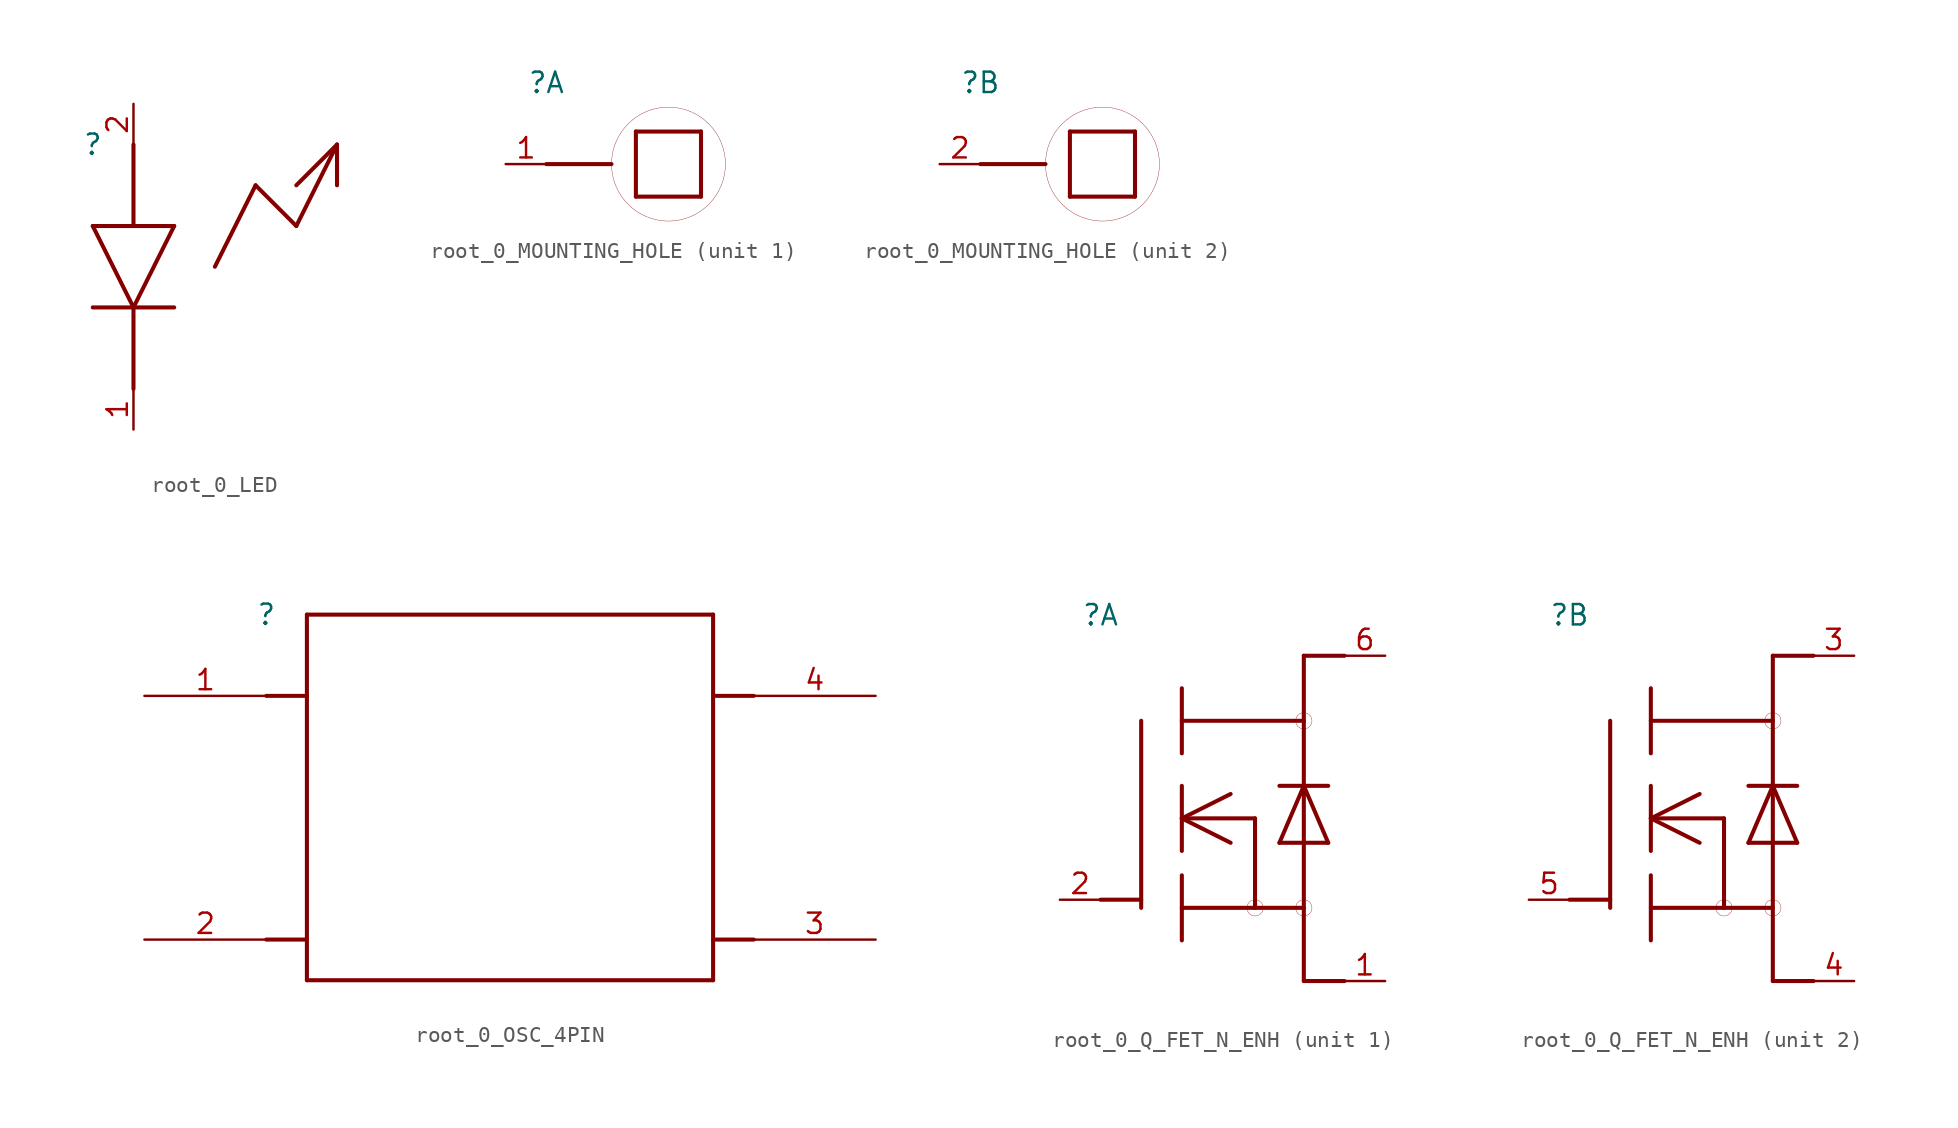
<source format=kicad_sym>
(kicad_symbol_lib
  (version 20220914)
  (generator kicad_symbol_editor)
  (symbol "root_0_LED"
    (property "Reference" ""
      (at 0 0 0)
      (effects (font (size 1.27 1.27))))
    (property "Value" ""
      (at 0 0 0)
      (effects (font (size 1.27 1.27))))
    (symbol "root_0_LED_1_0"
      (polyline (pts (xy 2.54 -10.16) (xy 0 -5.08)) (stroke (width 0.254) (type solid)) (fill (type none)))
      (polyline (pts (xy 2.54 -10.16) (xy 2.54 -15.24)) (stroke (width 0.254) (type solid)) (fill (type none)))
      (polyline (pts (xy 2.54 -10.16) (xy 5.08 -5.08)) (stroke (width 0.254) (type solid)) (fill (type none)))
      (polyline (pts (xy 2.54 0) (xy 2.54 -5.08)) (stroke (width 0.254) (type solid)) (fill (type none)))
      (polyline (pts (xy 5.08 -10.16) (xy 0 -10.16)) (stroke (width 0.254) (type solid)) (fill (type none)))
      (polyline (pts (xy 5.08 -5.08) (xy 0 -5.08)) (stroke (width 0.254) (type solid)) (fill (type none)))
      (polyline (pts (xy 7.62 -7.62) (xy 10.16 -2.54)) (stroke (width 0.254) (type solid)) (fill (type none)))
      (polyline (pts (xy 10.16 -2.54) (xy 12.7 -5.08)) (stroke (width 0.254) (type solid)) (fill (type none)))
      (polyline (pts (xy 12.7 -5.08) (xy 15.24 0)) (stroke (width 0.254) (type solid)) (fill (type none)))
      (polyline (pts (xy 15.24 0) (xy 12.7 -2.54)) (stroke (width 0.254) (type solid)) (fill (type none)))
      (polyline (pts (xy 15.24 0) (xy 15.24 -2.54)) (stroke (width 0.254) (type solid)) (fill (type none)))
      (pin bidirectional line (at 2.54 -17.78 90) (length 2.54) (name "K" (effects (font (size 0 0)))) (number "1" (effects (font (size 1.27 1.27)))))
      (pin bidirectional line (at 2.54 2.54 270) (length 2.54) (name "A" (effects (font (size 0 0)))) (number "2" (effects (font (size 1.27 1.27)))))))
  (symbol "root_0_MOUNTING_HOLE"
    (property "Reference" ""
      (at 0 0 0)
      (effects (font (size 1.27 1.27))))
    (property "Value" ""
      (at 0 0 0)
      (effects (font (size 1.27 1.27))))
    (symbol "root_0_MOUNTING_HOLE_1_0"
      (polyline (pts (xy 0 -5.08) (xy 4.064 -5.08)) (stroke (width 0.254) (type solid)) (fill (type none)))
      (polyline (pts (xy 5.588 -7.112) (xy 9.652 -7.112)) (stroke (width 0.254) (type solid)) (fill (type none)))
      (polyline (pts (xy 5.588 -3.048) (xy 5.588 -7.112)) (stroke (width 0.254) (type solid)) (fill (type none)))
      (polyline (pts (xy 9.652 -7.112) (xy 9.652 -3.048)) (stroke (width 0.254) (type solid)) (fill (type none)))
      (polyline (pts (xy 9.652 -3.048) (xy 5.588 -3.048)) (stroke (width 0.254) (type solid)) (fill (type none)))
      (circle (center 7.62 -5.08) (radius 3.556) (stroke (width 0.0001) (type solid)) (fill (type none)))
      (pin bidirectional line (at -2.54 -5.08 0) (length 2.54) (name "GND" (effects (font (size 0 0)))) (number "1" (effects (font (size 1.27 1.27))))))
    (symbol "root_0_MOUNTING_HOLE_2_0"
      (polyline (pts (xy 0 -5.08) (xy 4.064 -5.08)) (stroke (width 0.254) (type solid)) (fill (type none)))
      (polyline (pts (xy 5.588 -7.112) (xy 9.652 -7.112)) (stroke (width 0.254) (type solid)) (fill (type none)))
      (polyline (pts (xy 5.588 -3.048) (xy 5.588 -7.112)) (stroke (width 0.254) (type solid)) (fill (type none)))
      (polyline (pts (xy 9.652 -7.112) (xy 9.652 -3.048)) (stroke (width 0.254) (type solid)) (fill (type none)))
      (polyline (pts (xy 9.652 -3.048) (xy 5.588 -3.048)) (stroke (width 0.254) (type solid)) (fill (type none)))
      (circle (center 7.62 -5.08) (radius 3.556) (stroke (width 0.0001) (type solid)) (fill (type none)))
      (pin bidirectional line (at -2.54 -5.08 0) (length 2.54) (name "GND" (effects (font (size 0 0)))) (number "2" (effects (font (size 1.27 1.27)))))))
  (symbol "root_0_OSC_4PIN"
    (property "Reference" ""
      (at 0 0 0)
      (effects (font (size 1.27 1.27))))
    (property "Value" ""
      (at 0 0 0)
      (effects (font (size 1.27 1.27))))
    (symbol "root_0_OSC_4PIN_1_0"
      (polyline (pts (xy 0 -20.32) (xy 2.54 -20.32)) (stroke (width 0.254) (type solid)) (fill (type none)))
      (polyline (pts (xy 0 -5.08) (xy 2.54 -5.08)) (stroke (width 0.254) (type solid)) (fill (type none)))
      (polyline (pts (xy 2.54 -22.86) (xy 2.54 0)) (stroke (width 0.254) (type solid)) (fill (type none)))
      (polyline (pts (xy 2.54 0) (xy 27.94 0)) (stroke (width 0.254) (type solid)) (fill (type none)))
      (polyline (pts (xy 27.94 -22.86) (xy 2.54 -22.86)) (stroke (width 0.254) (type solid)) (fill (type none)))
      (polyline (pts (xy 27.94 -22.86) (xy 27.94 0)) (stroke (width 0.254) (type solid)) (fill (type none)))
      (polyline (pts (xy 27.94 -20.32) (xy 30.48 -20.32)) (stroke (width 0.254) (type solid)) (fill (type none)))
      (polyline (pts (xy 27.94 -5.08) (xy 30.48 -5.08)) (stroke (width 0.254) (type solid)) (fill (type none)))
      (pin input line (at -7.62 -5.08 0) (length 7.62) (name "EN" (effects (font (size 0 0)))) (number "1" (effects (font (size 1.27 1.27)))))
      (pin input line (at -7.62 -20.32 0) (length 7.62) (name "GND" (effects (font (size 0 0)))) (number "2" (effects (font (size 1.27 1.27)))))
      (pin output line (at 38.1 -20.32 180) (length 7.62) (name "OUT" (effects (font (size 0 0)))) (number "3" (effects (font (size 1.27 1.27)))))
      (pin power_in line (at 38.1 -5.08 180) (length 7.62) (name "VCC" (effects (font (size 0 0)))) (number "4" (effects (font (size 1.27 1.27)))))))
  (symbol "root_0_Q_FET_N_ENH"
    (property "Reference" ""
      (at 0 0 0)
      (effects (font (size 1.27 1.27))))
    (property "Value" ""
      (at 0 0 0)
      (effects (font (size 1.27 1.27))))
    (symbol "root_0_Q_FET_N_ENH_1_0"
      (polyline (pts (xy 0 -17.78) (xy 2.54 -17.78)) (stroke (width 0.254) (type solid)) (fill (type none)))
      (polyline (pts (xy 2.54 -18.288) (xy 2.54 -6.604)) (stroke (width 0.254) (type solid)) (fill (type none)))
      (polyline (pts (xy 5.08 -20.32) (xy 5.08 -16.256)) (stroke (width 0.254) (type solid)) (fill (type none)))
      (polyline (pts (xy 5.08 -18.288) (xy 12.7 -18.288)) (stroke (width 0.254) (type solid)) (fill (type none)))
      (polyline (pts (xy 5.08 -12.7) (xy 8.128 -14.224)) (stroke (width 0.254) (type solid)) (fill (type none)))
      (polyline (pts (xy 5.08 -12.7) (xy 8.128 -11.176)) (stroke (width 0.254) (type solid)) (fill (type none)))
      (polyline (pts (xy 5.08 -10.668) (xy 5.08 -14.732)) (stroke (width 0.254) (type solid)) (fill (type none)))
      (polyline (pts (xy 5.08 -6.604) (xy 12.7 -6.604)) (stroke (width 0.254) (type solid)) (fill (type none)))
      (polyline (pts (xy 5.08 -4.572) (xy 5.08 -8.636)) (stroke (width 0.254) (type solid)) (fill (type none)))
      (polyline (pts (xy 9.652 -12.7) (xy 5.08 -12.7)) (stroke (width 0.254) (type solid)) (fill (type none)))
      (polyline (pts (xy 9.652 -12.7) (xy 9.652 -18.288)) (stroke (width 0.254) (type solid)) (fill (type none)))
      (polyline (pts (xy 11.176 -14.224) (xy 14.224 -14.224)) (stroke (width 0.254) (type solid)) (fill (type none)))
      (polyline (pts (xy 11.176 -10.668) (xy 14.224 -10.668)) (stroke (width 0.254) (type solid)) (fill (type none)))
      (polyline (pts (xy 12.7 -22.86) (xy 12.7 -2.54)) (stroke (width 0.254) (type solid)) (fill (type none)))
      (polyline (pts (xy 12.7 -22.86) (xy 15.24 -22.86)) (stroke (width 0.254) (type solid)) (fill (type none)))
      (polyline (pts (xy 12.7 -10.668) (xy 11.176 -14.224)) (stroke (width 0.254) (type solid)) (fill (type none)))
      (polyline (pts (xy 12.7 -2.54) (xy 15.24 -2.54)) (stroke (width 0.254) (type solid)) (fill (type none)))
      (polyline (pts (xy 14.224 -14.224) (xy 12.7 -10.668)) (stroke (width 0.254) (type solid)) (fill (type none)))
      (circle (center 9.652 -18.288) (radius 0.508) (stroke (width 0.0001) (type solid)) (fill (type none)))
      (circle (center 12.7 -18.288) (radius 0.508) (stroke (width 0.0001) (type solid)) (fill (type none)))
      (circle (center 12.7 -6.604) (radius 0.508) (stroke (width 0.0001) (type solid)) (fill (type none)))
      (pin bidirectional line (at 17.78 -22.86 180) (length 2.54) (name "S" (effects (font (size 0 0)))) (number "1" (effects (font (size 1.27 1.27)))))
      (pin bidirectional line (at -2.54 -17.78 0) (length 2.54) (name "G" (effects (font (size 0 0)))) (number "2" (effects (font (size 1.27 1.27)))))
      (pin bidirectional line (at 17.78 -2.54 180) (length 2.54) (name "D" (effects (font (size 0 0)))) (number "6" (effects (font (size 1.27 1.27))))))
    (symbol "root_0_Q_FET_N_ENH_2_0"
      (polyline (pts (xy 0 -17.78) (xy 2.54 -17.78)) (stroke (width 0.254) (type solid)) (fill (type none)))
      (polyline (pts (xy 2.54 -18.288) (xy 2.54 -6.604)) (stroke (width 0.254) (type solid)) (fill (type none)))
      (polyline (pts (xy 5.08 -20.32) (xy 5.08 -16.256)) (stroke (width 0.254) (type solid)) (fill (type none)))
      (polyline (pts (xy 5.08 -18.288) (xy 12.7 -18.288)) (stroke (width 0.254) (type solid)) (fill (type none)))
      (polyline (pts (xy 5.08 -12.7) (xy 8.128 -14.224)) (stroke (width 0.254) (type solid)) (fill (type none)))
      (polyline (pts (xy 5.08 -12.7) (xy 8.128 -11.176)) (stroke (width 0.254) (type solid)) (fill (type none)))
      (polyline (pts (xy 5.08 -10.668) (xy 5.08 -14.732)) (stroke (width 0.254) (type solid)) (fill (type none)))
      (polyline (pts (xy 5.08 -6.604) (xy 12.7 -6.604)) (stroke (width 0.254) (type solid)) (fill (type none)))
      (polyline (pts (xy 5.08 -4.572) (xy 5.08 -8.636)) (stroke (width 0.254) (type solid)) (fill (type none)))
      (polyline (pts (xy 9.652 -12.7) (xy 5.08 -12.7)) (stroke (width 0.254) (type solid)) (fill (type none)))
      (polyline (pts (xy 9.652 -12.7) (xy 9.652 -18.288)) (stroke (width 0.254) (type solid)) (fill (type none)))
      (polyline (pts (xy 11.176 -14.224) (xy 14.224 -14.224)) (stroke (width 0.254) (type solid)) (fill (type none)))
      (polyline (pts (xy 11.176 -10.668) (xy 14.224 -10.668)) (stroke (width 0.254) (type solid)) (fill (type none)))
      (polyline (pts (xy 12.7 -22.86) (xy 12.7 -2.54)) (stroke (width 0.254) (type solid)) (fill (type none)))
      (polyline (pts (xy 12.7 -22.86) (xy 15.24 -22.86)) (stroke (width 0.254) (type solid)) (fill (type none)))
      (polyline (pts (xy 12.7 -10.668) (xy 11.176 -14.224)) (stroke (width 0.254) (type solid)) (fill (type none)))
      (polyline (pts (xy 12.7 -2.54) (xy 15.24 -2.54)) (stroke (width 0.254) (type solid)) (fill (type none)))
      (polyline (pts (xy 14.224 -14.224) (xy 12.7 -10.668)) (stroke (width 0.254) (type solid)) (fill (type none)))
      (circle (center 9.652 -18.288) (radius 0.508) (stroke (width 0.0001) (type solid)) (fill (type none)))
      (circle (center 12.7 -18.288) (radius 0.508) (stroke (width 0.0001) (type solid)) (fill (type none)))
      (circle (center 12.7 -6.604) (radius 0.508) (stroke (width 0.0001) (type solid)) (fill (type none)))
      (pin bidirectional line (at 17.78 -2.54 180) (length 2.54) (name "D" (effects (font (size 0 0)))) (number "3" (effects (font (size 1.27 1.27)))))
      (pin bidirectional line (at 17.78 -22.86 180) (length 2.54) (name "S" (effects (font (size 0 0)))) (number "4" (effects (font (size 1.27 1.27)))))
      (pin bidirectional line (at -2.54 -17.78 0) (length 2.54) (name "G" (effects (font (size 0 0)))) (number "5" (effects (font (size 1.27 1.27))))))))
</source>
